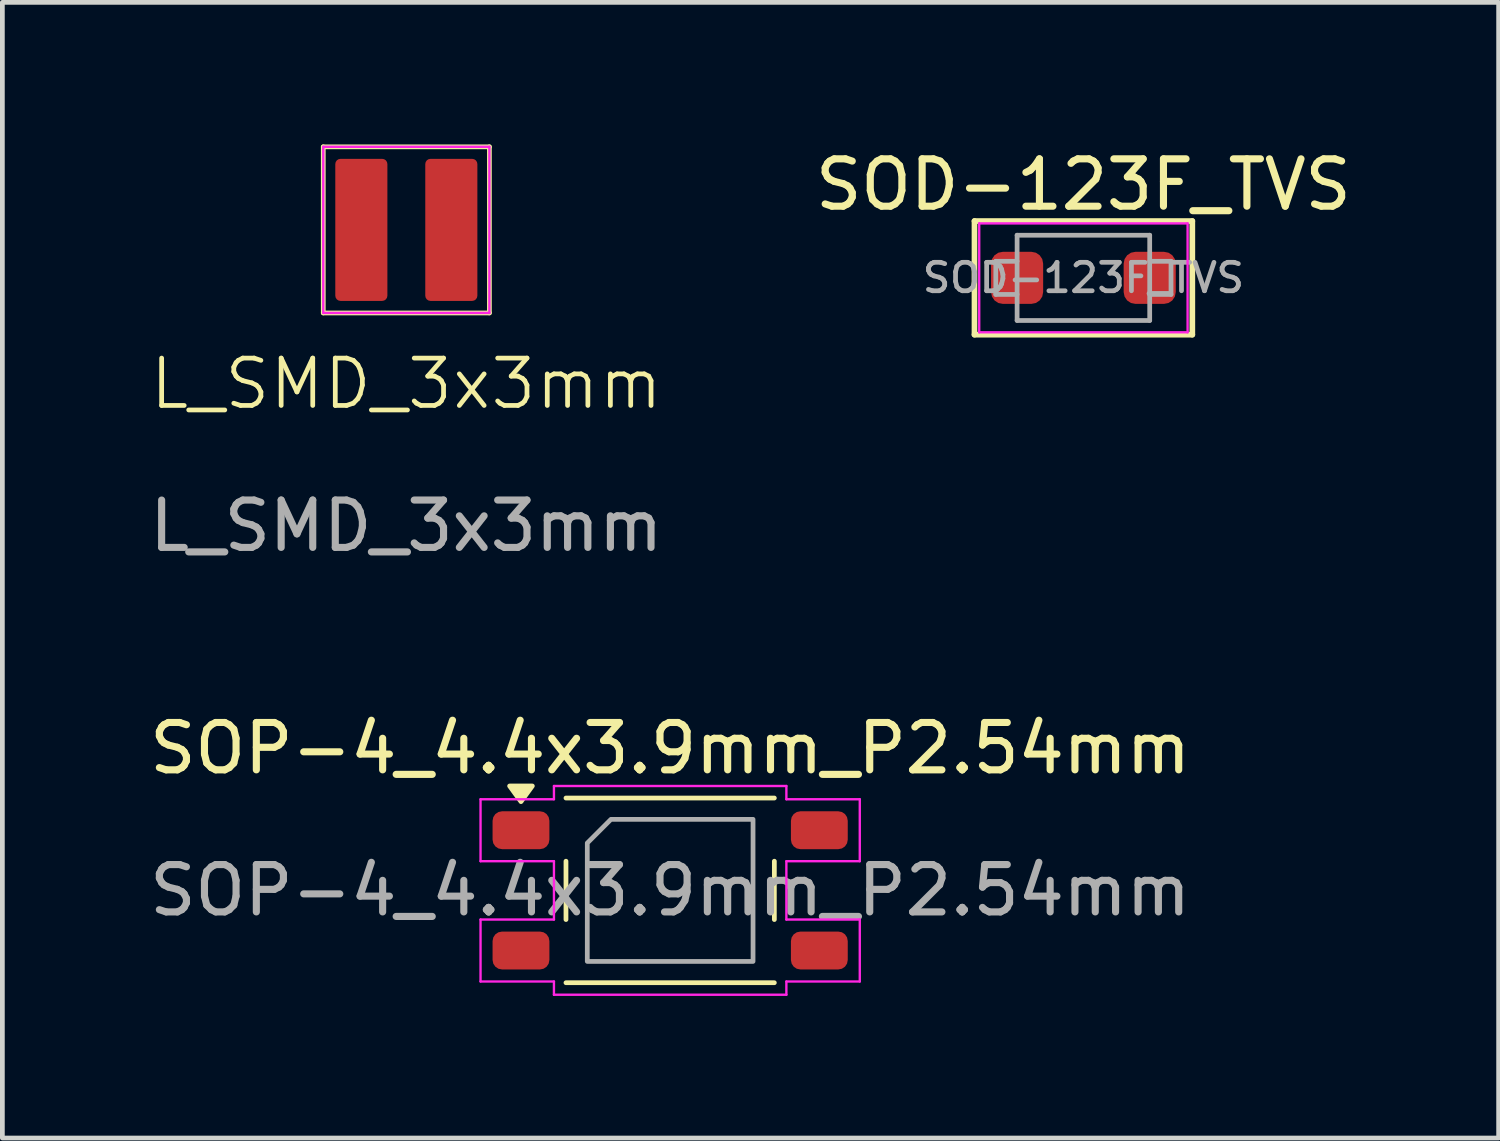
<source format=kicad_pcb>
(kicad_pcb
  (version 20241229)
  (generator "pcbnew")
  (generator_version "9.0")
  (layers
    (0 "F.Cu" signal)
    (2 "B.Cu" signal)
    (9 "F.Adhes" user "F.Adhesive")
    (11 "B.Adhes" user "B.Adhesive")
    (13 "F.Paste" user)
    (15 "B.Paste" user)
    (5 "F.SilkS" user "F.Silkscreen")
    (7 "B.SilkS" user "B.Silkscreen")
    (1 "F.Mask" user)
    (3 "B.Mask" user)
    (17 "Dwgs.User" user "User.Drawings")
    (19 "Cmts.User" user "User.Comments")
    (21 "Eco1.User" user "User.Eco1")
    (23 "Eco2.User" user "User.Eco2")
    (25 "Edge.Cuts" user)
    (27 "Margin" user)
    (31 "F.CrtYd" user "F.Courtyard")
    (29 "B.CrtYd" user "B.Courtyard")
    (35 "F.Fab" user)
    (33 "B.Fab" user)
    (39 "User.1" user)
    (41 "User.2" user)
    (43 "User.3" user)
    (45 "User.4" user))
  (footprint "SOD-123F_TVS"
    (layer "F.Cu")
    (at 19.827 2.817)
    (property "Reference" "SOD-123F_TVS" (at 0 -1.968 0) (layer "F.SilkS") (effects (font (size 1 1) (thickness 0.15))))
    (attr smd)
    (fp_line (start -2.3 -1.2) (end -2.3 1.2) (stroke (width 0.12) (type solid)) (layer "F.SilkS"))
    (fp_line (start -2.3 1.2) (end 2.3 1.2) (stroke (width 0.12) (type solid)) (layer "F.SilkS"))
    (fp_line (start 2.3 -1.2) (end -2.3 -1.2) (stroke (width 0.12) (type solid)) (layer "F.SilkS"))
    (fp_line (start 2.3 1.2) (end 2.3 -1.2) (stroke (width 0.12) (type solid)) (layer "F.SilkS"))
    (fp_line (start -2.2 -1.15) (end -2.2 1.15) (stroke (width 0.05) (type solid)) (layer "F.CrtYd"))
    (fp_line (start -2.2 -1.15) (end 2.2 -1.15) (stroke (width 0.05) (type solid)) (layer "F.CrtYd"))
    (fp_line (start 2.2 -1.15) (end 2.2 1.15) (stroke (width 0.05) (type solid)) (layer "F.CrtYd"))
    (fp_line (start 2.2 1.15) (end -2.2 1.15) (stroke (width 0.05) (type solid)) (layer "F.CrtYd"))
    (fp_line (start -1.85 -0.35) (end -1.85 0.35) (stroke (width 0.1) (type solid)) (layer "F.Fab"))
    (fp_line (start -1.85 -0.35) (end -1.4 -0.35) (stroke (width 0.1) (type solid)) (layer "F.Fab"))
    (fp_line (start -1.85 0.35) (end -1.4 0.35) (stroke (width 0.1) (type solid)) (layer "F.Fab"))
    (fp_line (start -1.4 -0.9) (end 1.4 -0.9) (stroke (width 0.1) (type solid)) (layer "F.Fab"))
    (fp_line (start -1.4 0.9) (end -1.4 -0.9) (stroke (width 0.1) (type solid)) (layer "F.Fab"))
    (fp_line (start 1.4 -0.9) (end 1.4 0.9) (stroke (width 0.1) (type solid)) (layer "F.Fab"))
    (fp_line (start 1.4 0.9) (end -1.4 0.9) (stroke (width 0.1) (type solid)) (layer "F.Fab"))
    (fp_line (start 1.85 -0.35) (end 1.4 -0.35) (stroke (width 0.1) (type solid)) (layer "F.Fab"))
    (fp_line (start 1.85 0.35) (end 1.4 0.35) (stroke (width 0.1) (type solid)) (layer "F.Fab"))
    (fp_line (start 1.85 0.35) (end 1.85 -0.35) (stroke (width 0.1) (type solid)) (layer "F.Fab"))
    (fp_text user "${REFERENCE}" (at 0 0 0) (layer "F.Fab") (effects (font (size 0.6 0.6) (thickness 0.1))))
    (pad "1" smd roundrect (at -1.4 0) (size 1.1 1.1) (layers "F.Cu" "F.Mask" "F.Paste") (roundrect_rratio 0.227))
    (pad "2" smd roundrect (at 1.4 0) (size 1.1 1.1) (layers "F.Cu" "F.Mask" "F.Paste") (roundrect_rratio 0.227)))
  (footprint "SOP-4_4.4x3.9mm_P2.54mm"
    (layer "F.Cu")
    (at 11.101 15.751)
    (property "Reference" "SOP-4_4.4x3.9mm_P2.54mm" (at 0 -3 0) (layer "F.SilkS") (effects (font (size 1 1) (thickness 0.15))))
    (attr smd)
    (fp_line (start -2.2 -1.95) (end 2.2 -1.95) (stroke (width 0.1) (type default)) (layer "F.SilkS"))
    (fp_line (start -2.2 0.616) (end -2.2 -0.616) (stroke (width 0.1) (type default)) (layer "F.SilkS"))
    (fp_line (start 2.2 -0.616) (end 2.2 0.616) (stroke (width 0.1) (type default)) (layer "F.SilkS"))
    (fp_line (start 2.2 1.95) (end -2.2 1.95) (stroke (width 0.1) (type default)) (layer "F.SilkS"))
    (fp_poly (pts (xy -2.91 -2.204) (xy -3.39 -2.204) (xy -3.15 -1.874)) (stroke (width 0.1) (type solid)) (fill yes) (layer "F.SilkS"))
    (fp_line (start -4.004 -1.924) (end -2.454 -1.924) (stroke (width 0.05) (type default)) (layer "F.CrtYd"))
    (fp_line (start -4.004 -0.616) (end -4.004 -1.924) (stroke (width 0.05) (type default)) (layer "F.CrtYd"))
    (fp_line (start -4.004 0.616) (end -2.454 0.616) (stroke (width 0.05) (type default)) (layer "F.CrtYd"))
    (fp_line (start -4.004 1.924) (end -4.004 0.616) (stroke (width 0.05) (type default)) (layer "F.CrtYd"))
    (fp_line (start -2.454 -2.204) (end 2.454 -2.204) (stroke (width 0.05) (type default)) (layer "F.CrtYd"))
    (fp_line (start -2.454 -1.924) (end -2.454 -2.204) (stroke (width 0.05) (type default)) (layer "F.CrtYd"))
    (fp_line (start -2.454 -0.616) (end -4.004 -0.616) (stroke (width 0.05) (type default)) (layer "F.CrtYd"))
    (fp_line (start -2.454 0.616) (end -2.454 -0.616) (stroke (width 0.05) (type default)) (layer "F.CrtYd"))
    (fp_line (start -2.454 1.924) (end -4.004 1.924) (stroke (width 0.05) (type default)) (layer "F.CrtYd"))
    (fp_line (start -2.454 2.204) (end -2.454 1.924) (stroke (width 0.05) (type default)) (layer "F.CrtYd"))
    (fp_line (start 2.454 -2.204) (end 2.454 -1.924) (stroke (width 0.05) (type default)) (layer "F.CrtYd"))
    (fp_line (start 2.454 -1.924) (end 4.004 -1.924) (stroke (width 0.05) (type default)) (layer "F.CrtYd"))
    (fp_line (start 2.454 -0.616) (end 2.454 0.616) (stroke (width 0.05) (type default)) (layer "F.CrtYd"))
    (fp_line (start 2.454 1.924) (end 2.454 2.204) (stroke (width 0.05) (type default)) (layer "F.CrtYd"))
    (fp_line (start 2.454 1.924) (end 4.004 1.924) (stroke (width 0.05) (type default)) (layer "F.CrtYd"))
    (fp_line (start 2.454 2.204) (end -2.454 2.204) (stroke (width 0.05) (type default)) (layer "F.CrtYd"))
    (fp_line (start 4.004 -1.924) (end 4.004 -0.616) (stroke (width 0.05) (type default)) (layer "F.CrtYd"))
    (fp_line (start 4.004 -0.616) (end 2.454 -0.616) (stroke (width 0.05) (type default)) (layer "F.CrtYd"))
    (fp_line (start 4.004 0.616) (end 2.454 0.616) (stroke (width 0.05) (type default)) (layer "F.CrtYd"))
    (fp_line (start 4.004 1.924) (end 4.004 0.616) (stroke (width 0.05) (type default)) (layer "F.CrtYd"))
    (fp_poly (pts (xy -1.25 -1.5) (xy 1.75 -1.5) (xy 1.75 1.5) (xy -1.75 1.5) (xy -1.75 -1)) (stroke (width 0.1) (type solid)) (fill no) (layer "F.Fab"))
    (fp_text user "${REFERENCE}" (at 0 0 0) (layer "F.Fab") (effects (font (size 1 1) (thickness 0.15))))
    (pad "1" smd roundrect (at -3.15 -1.27) (size 1.2 0.8) (layers "F.Cu" "F.Mask" "F.Paste") (roundrect_rratio 0.25))
    (pad "2" smd roundrect (at -3.15 1.27) (size 1.2 0.8) (layers "F.Cu" "F.Mask" "F.Paste") (roundrect_rratio 0.25))
    (pad "3" smd roundrect (at 3.15 1.27) (size 1.2 0.8) (layers "F.Cu" "F.Mask" "F.Paste") (roundrect_rratio 0.25))
    (pad "4" smd roundrect (at 3.15 -1.27) (size 1.2 0.8) (layers "F.Cu" "F.Mask" "F.Paste") (roundrect_rratio 0.25)))
  (footprint "L_SMD_3x3mm"
    (layer "F.Cu")
    (at 5.53 1.804)
    (property "Reference" "L_SMD_3x3mm" (at 0 3.25 0) (unlocked yes) (layer "F.SilkS") (effects (font (size 1 1) (thickness 0.1))))
    (attr smd)
    (fp_line (start -1.754 -1.754) (end 1.754 -1.754) (stroke (width 0.1) (type default)) (layer "F.SilkS"))
    (fp_line (start -1.754 1.754) (end -1.754 -1.754) (stroke (width 0.1) (type default)) (layer "F.SilkS"))
    (fp_line (start 1.754 -1.754) (end 1.754 1.754) (stroke (width 0.1) (type default)) (layer "F.SilkS"))
    (fp_line (start 1.754 1.754) (end -1.754 1.754) (stroke (width 0.1) (type default)) (layer "F.SilkS"))
    (fp_line (start -1.754 -1.754) (end 1.754 -1.754) (stroke (width 0.05) (type default)) (layer "F.CrtYd"))
    (fp_line (start -1.754 1.754) (end -1.754 -1.754) (stroke (width 0.05) (type default)) (layer "F.CrtYd"))
    (fp_line (start 1.754 -1.754) (end 1.754 1.754) (stroke (width 0.05) (type default)) (layer "F.CrtYd"))
    (fp_line (start 1.754 1.754) (end -1.754 1.754) (stroke (width 0.05) (type default)) (layer "F.CrtYd"))
    (fp_text user "${REFERENCE}" (at 0 6.25 0) (unlocked yes) (layer "F.Fab") (effects (font (size 1 1) (thickness 0.15))))
    (pad "1" smd roundrect (at -0.95 0 90) (size 3 1.1) (layers "F.Cu" "F.Mask" "F.Paste") (roundrect_rratio 0.1))
    (pad "2" smd roundrect (at 0.95 0 90) (size 3 1.1) (layers "F.Cu" "F.Mask" "F.Paste") (roundrect_rratio 0.1)))
  (gr_rect
    (start -3 -3)
    (end 28.595 20.98)
    (stroke (width 0.1) (type default))
    (fill no)
    (layer "Edge.Cuts")))
</source>
